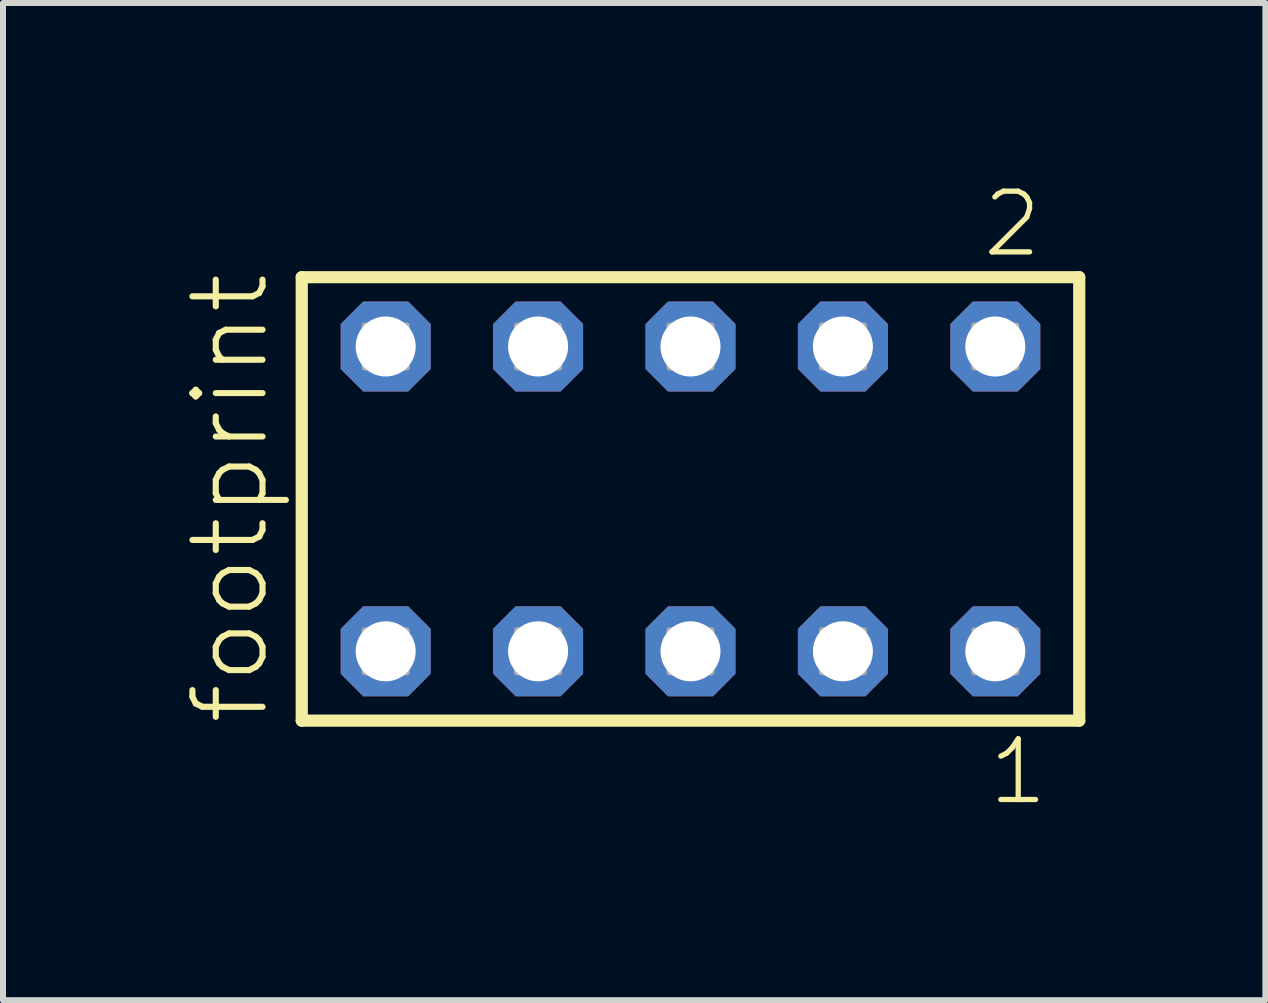
<source format=kicad_pcb>
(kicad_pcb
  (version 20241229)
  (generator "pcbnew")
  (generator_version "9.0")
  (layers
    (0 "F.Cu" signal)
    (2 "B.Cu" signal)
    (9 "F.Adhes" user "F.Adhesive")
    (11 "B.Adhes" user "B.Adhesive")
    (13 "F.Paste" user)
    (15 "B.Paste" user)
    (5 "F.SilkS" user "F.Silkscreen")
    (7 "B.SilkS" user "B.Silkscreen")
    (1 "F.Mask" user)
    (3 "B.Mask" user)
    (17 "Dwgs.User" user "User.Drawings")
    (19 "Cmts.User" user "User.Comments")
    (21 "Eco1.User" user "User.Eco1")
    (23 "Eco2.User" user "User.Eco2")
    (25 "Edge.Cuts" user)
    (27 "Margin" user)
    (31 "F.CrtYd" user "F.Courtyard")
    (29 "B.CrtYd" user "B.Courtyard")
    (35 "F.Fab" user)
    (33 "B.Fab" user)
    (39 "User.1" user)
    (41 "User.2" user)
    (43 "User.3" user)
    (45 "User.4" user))
  (footprint "footprint"
    (layer "F.Cu")
    (at 8.458 5.265)
    (property "Reference" "footprint" (at -6.985 3.81 90) (layer "F.SilkS") (effects (font (size 1.168 1.168) (thickness 0.102)) (justify left bottom)))
    (fp_line (start -6.479 -3.695) (end 6.479 -3.695) (stroke (width 0.203) (type solid)) (layer "F.SilkS"))
    (fp_line (start -6.479 3.695) (end -6.479 -3.695) (stroke (width 0.203) (type solid)) (layer "F.SilkS"))
    (fp_line (start 6.479 -3.695) (end 6.479 3.695) (stroke (width 0.203) (type solid)) (layer "F.SilkS"))
    (fp_line (start 6.479 3.695) (end -6.479 3.695) (stroke (width 0.203) (type solid)) (layer "F.SilkS"))
    (fp_poly (pts (xy -5.43 -2.19) (xy -4.73 -2.19) (xy -4.73 -2.89) (xy -5.43 -2.89)) (stroke (width 0.1) (type solid)) (fill no) (layer "F.Fab"))
    (fp_poly (pts (xy -5.43 2.89) (xy -4.73 2.89) (xy -4.73 2.19) (xy -5.43 2.19)) (stroke (width 0.1) (type solid)) (fill no) (layer "F.Fab"))
    (fp_poly (pts (xy -2.89 -2.19) (xy -2.19 -2.19) (xy -2.19 -2.89) (xy -2.89 -2.89)) (stroke (width 0.1) (type solid)) (fill no) (layer "F.Fab"))
    (fp_poly (pts (xy -2.89 2.89) (xy -2.19 2.89) (xy -2.19 2.19) (xy -2.89 2.19)) (stroke (width 0.1) (type solid)) (fill no) (layer "F.Fab"))
    (fp_poly (pts (xy -0.35 -2.19) (xy 0.35 -2.19) (xy 0.35 -2.89) (xy -0.35 -2.89)) (stroke (width 0.1) (type solid)) (fill no) (layer "F.Fab"))
    (fp_poly (pts (xy -0.35 2.89) (xy 0.35 2.89) (xy 0.35 2.19) (xy -0.35 2.19)) (stroke (width 0.1) (type solid)) (fill no) (layer "F.Fab"))
    (fp_poly (pts (xy 2.19 -2.19) (xy 2.89 -2.19) (xy 2.89 -2.89) (xy 2.19 -2.89)) (stroke (width 0.1) (type solid)) (fill no) (layer "F.Fab"))
    (fp_poly (pts (xy 2.19 2.89) (xy 2.89 2.89) (xy 2.89 2.19) (xy 2.19 2.19)) (stroke (width 0.1) (type solid)) (fill no) (layer "F.Fab"))
    (fp_poly (pts (xy 4.73 -2.19) (xy 5.43 -2.19) (xy 5.43 -2.89) (xy 4.73 -2.89)) (stroke (width 0.1) (type solid)) (fill no) (layer "F.Fab"))
    (fp_poly (pts (xy 4.73 2.89) (xy 5.43 2.89) (xy 5.43 2.19) (xy 4.73 2.19)) (stroke (width 0.1) (type solid)) (fill no) (layer "F.Fab"))
    (fp_text user "1" (at 4.922 5.138 0) (layer "F.SilkS") (effects (font (size 1.012 1.012) (thickness 0.088)) (justify left bottom)))
    (fp_text user "2" (at 4.822 -3.989 0) (layer "F.SilkS") (effects (font (size 1.012 1.012) (thickness 0.088)) (justify left bottom)))
    (pad "1" thru_hole roundrect (at 5.08 2.54 180) (size 1.5 1.5) (drill 1) (layers "*.Cu" "*.Mask") (roundrect_rratio 0.25) (chamfer_ratio 0.25) (chamfer top_left top_right bottom_left bottom_right))
    (pad "2" thru_hole roundrect (at 5.08 -2.54 180) (size 1.5 1.5) (drill 1) (layers "*.Cu" "*.Mask") (roundrect_rratio 0.25) (chamfer_ratio 0.25) (chamfer top_left top_right bottom_left bottom_right))
    (pad "3" thru_hole roundrect (at 2.54 2.54 180) (size 1.5 1.5) (drill 1) (layers "*.Cu" "*.Mask") (roundrect_rratio 0.25) (chamfer_ratio 0.25) (chamfer top_left top_right bottom_left bottom_right))
    (pad "4" thru_hole roundrect (at 2.54 -2.54 180) (size 1.5 1.5) (drill 1) (layers "*.Cu" "*.Mask") (roundrect_rratio 0.25) (chamfer_ratio 0.25) (chamfer top_left top_right bottom_left bottom_right))
    (pad "5" thru_hole roundrect (at 0 2.54 180) (size 1.5 1.5) (drill 1) (layers "*.Cu" "*.Mask") (roundrect_rratio 0.25) (chamfer_ratio 0.25) (chamfer top_left top_right bottom_left bottom_right))
    (pad "6" thru_hole roundrect (at 0 -2.54 180) (size 1.5 1.5) (drill 1) (layers "*.Cu" "*.Mask") (roundrect_rratio 0.25) (chamfer_ratio 0.25) (chamfer top_left top_right bottom_left bottom_right))
    (pad "7" thru_hole roundrect (at -2.54 2.54 180) (size 1.5 1.5) (drill 1) (layers "*.Cu" "*.Mask") (roundrect_rratio 0.25) (chamfer_ratio 0.25) (chamfer top_left top_right bottom_left bottom_right))
    (pad "8" thru_hole roundrect (at -2.54 -2.54 180) (size 1.5 1.5) (drill 1) (layers "*.Cu" "*.Mask") (roundrect_rratio 0.25) (chamfer_ratio 0.25) (chamfer top_left top_right bottom_left bottom_right))
    (pad "9" thru_hole roundrect (at -5.08 2.54 180) (size 1.5 1.5) (drill 1) (layers "*.Cu" "*.Mask") (roundrect_rratio 0.25) (chamfer_ratio 0.25) (chamfer top_left top_right bottom_left bottom_right))
    (pad "10" thru_hole roundrect (at -5.08 -2.54 180) (size 1.5 1.5) (drill 1) (layers "*.Cu" "*.Mask") (roundrect_rratio 0.25) (chamfer_ratio 0.25) (chamfer top_left top_right bottom_left bottom_right)))
  (gr_rect
    (start -3 -3)
    (end 18.039 13.62)
    (stroke (width 0.1) (type default))
    (fill no)
    (layer "Edge.Cuts")))
</source>
